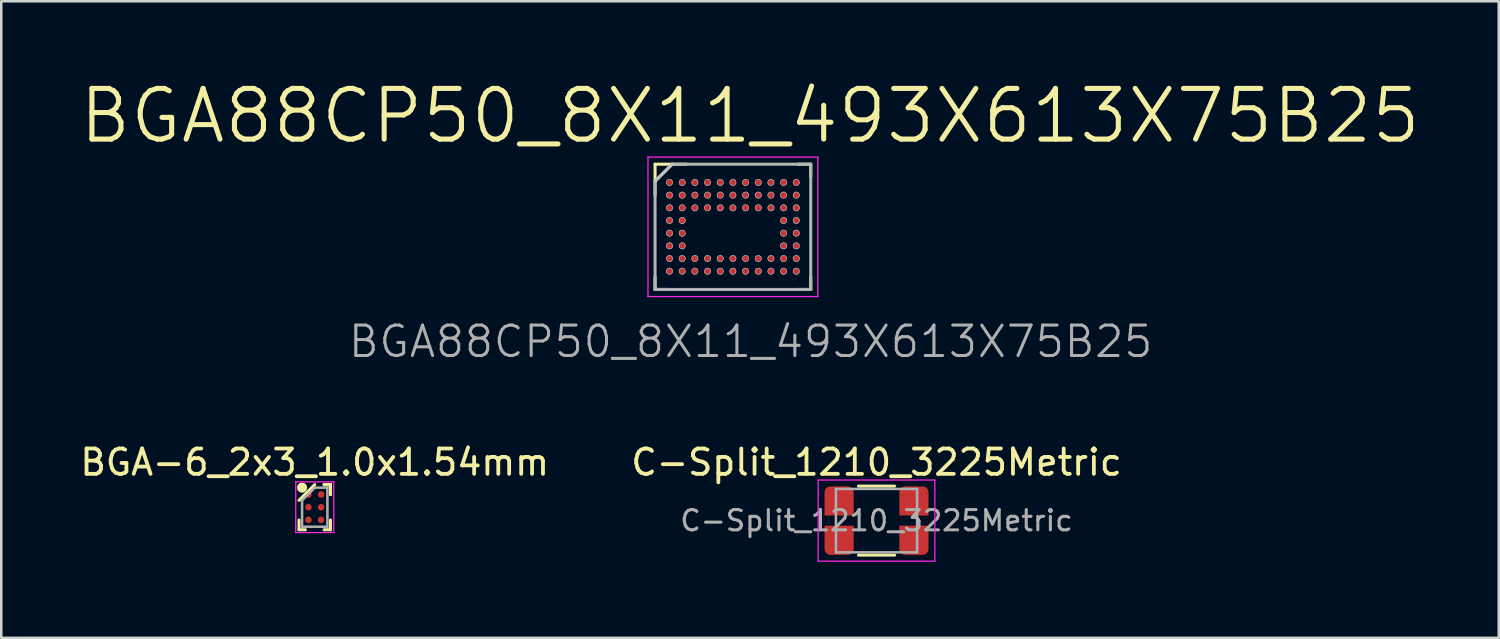
<source format=kicad_pcb>
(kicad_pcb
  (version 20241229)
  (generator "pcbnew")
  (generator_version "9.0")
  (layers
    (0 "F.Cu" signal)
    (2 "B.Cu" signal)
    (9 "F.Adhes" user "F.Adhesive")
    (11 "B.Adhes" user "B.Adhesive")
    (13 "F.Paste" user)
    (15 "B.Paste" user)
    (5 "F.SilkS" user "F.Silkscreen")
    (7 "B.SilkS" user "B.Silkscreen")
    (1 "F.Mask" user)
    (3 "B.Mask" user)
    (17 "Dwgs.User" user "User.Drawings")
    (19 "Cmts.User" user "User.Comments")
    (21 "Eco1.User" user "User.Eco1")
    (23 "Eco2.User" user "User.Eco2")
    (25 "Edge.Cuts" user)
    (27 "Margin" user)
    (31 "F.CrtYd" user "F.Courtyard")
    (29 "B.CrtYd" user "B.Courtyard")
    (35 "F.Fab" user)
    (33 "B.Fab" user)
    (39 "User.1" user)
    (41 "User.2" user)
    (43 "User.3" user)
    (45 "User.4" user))
  (footprint "BGA88CP50_8X11_493X613X75B25"
    (layer "F.Cu")
    (at 25.854 5.896)
    (property "Reference" "BGA88CP50_8X11_493X613X75B25" (at 0.7 4.525 0) (layer "F.Fab") (effects (font (size 1.2 1.2) (thickness 0.12))))
    (attr smd)
    (fp_line (start -3.07 -2.47) (end -1.835 -2.47) (stroke (width 0.12) (type solid)) (layer "F.SilkS"))
    (fp_line (start -3.07 -1.235) (end -3.07 -2.47) (stroke (width 0.12) (type solid)) (layer "F.SilkS"))
    (fp_line (start -3.07 1.97) (end -3.07 2.47) (stroke (width 0.12) (type solid)) (layer "F.SilkS"))
    (fp_line (start -3.07 2.47) (end -2.57 2.47) (stroke (width 0.12) (type solid)) (layer "F.SilkS"))
    (fp_line (start 3.07 -2.47) (end 2.57 -2.47) (stroke (width 0.12) (type solid)) (layer "F.SilkS"))
    (fp_line (start 3.07 -1.97) (end 3.07 -2.47) (stroke (width 0.12) (type solid)) (layer "F.SilkS"))
    (fp_line (start 3.07 1.97) (end 3.07 2.47) (stroke (width 0.12) (type solid)) (layer "F.SilkS"))
    (fp_line (start 3.07 2.47) (end 2.57 2.47) (stroke (width 0.12) (type solid)) (layer "F.SilkS"))
    (fp_line (start -3.065 2.465) (end -3.065 -1.8) (stroke (width 0.025) (type solid)) (layer "Dwgs.User"))
    (fp_line (start -2.4 -2.465) (end -3.065 -1.8) (stroke (width 0.12) (type solid)) (layer "Dwgs.User"))
    (fp_line (start -2.4 -2.465) (end 3.065 -2.465) (stroke (width 0.025) (type solid)) (layer "Dwgs.User"))
    (fp_line (start 3.065 -2.465) (end 3.065 2.465) (stroke (width 0.025) (type solid)) (layer "Dwgs.User"))
    (fp_line (start 3.065 2.465) (end -3.065 2.465) (stroke (width 0.025) (type solid)) (layer "Dwgs.User"))
    (fp_circle (center -2.5 -1.75) (end -2.5 -1.625) (stroke (width 0.025) (type solid)) (fill no) (layer "Dwgs.User"))
    (fp_circle (center -2.5 -1.25) (end -2.5 -1.125) (stroke (width 0.025) (type solid)) (fill no) (layer "Dwgs.User"))
    (fp_circle (center -2.5 -0.75) (end -2.5 -0.625) (stroke (width 0.025) (type solid)) (fill no) (layer "Dwgs.User"))
    (fp_circle (center -2.5 -0.25) (end -2.5 -0.125) (stroke (width 0.025) (type solid)) (fill no) (layer "Dwgs.User"))
    (fp_circle (center -2.5 0.25) (end -2.5 0.375) (stroke (width 0.025) (type solid)) (fill no) (layer "Dwgs.User"))
    (fp_circle (center -2.5 0.75) (end -2.5 0.875) (stroke (width 0.025) (type solid)) (fill no) (layer "Dwgs.User"))
    (fp_circle (center -2.5 1.25) (end -2.5 1.375) (stroke (width 0.025) (type solid)) (fill no) (layer "Dwgs.User"))
    (fp_circle (center -2.5 1.75) (end -2.5 1.875) (stroke (width 0.025) (type solid)) (fill no) (layer "Dwgs.User"))
    (fp_circle (center -2 -1.75) (end -2 -1.625) (stroke (width 0.025) (type solid)) (fill no) (layer "Dwgs.User"))
    (fp_circle (center -2 -1.25) (end -2 -1.125) (stroke (width 0.025) (type solid)) (fill no) (layer "Dwgs.User"))
    (fp_circle (center -2 -0.75) (end -2 -0.625) (stroke (width 0.025) (type solid)) (fill no) (layer "Dwgs.User"))
    (fp_circle (center -2 -0.25) (end -2 -0.125) (stroke (width 0.025) (type solid)) (fill no) (layer "Dwgs.User"))
    (fp_circle (center -2 0.25) (end -2 0.375) (stroke (width 0.025) (type solid)) (fill no) (layer "Dwgs.User"))
    (fp_circle (center -2 0.75) (end -2 0.875) (stroke (width 0.025) (type solid)) (fill no) (layer "Dwgs.User"))
    (fp_circle (center -2 1.25) (end -2 1.375) (stroke (width 0.025) (type solid)) (fill no) (layer "Dwgs.User"))
    (fp_circle (center -2 1.75) (end -2 1.875) (stroke (width 0.025) (type solid)) (fill no) (layer "Dwgs.User"))
    (fp_circle (center -1.5 -1.75) (end -1.5 -1.625) (stroke (width 0.025) (type solid)) (fill no) (layer "Dwgs.User"))
    (fp_circle (center -1.5 -1.25) (end -1.5 -1.125) (stroke (width 0.025) (type solid)) (fill no) (layer "Dwgs.User"))
    (fp_circle (center -1.5 -0.75) (end -1.5 -0.625) (stroke (width 0.025) (type solid)) (fill no) (layer "Dwgs.User"))
    (fp_circle (center -1.5 1.25) (end -1.5 1.375) (stroke (width 0.025) (type solid)) (fill no) (layer "Dwgs.User"))
    (fp_circle (center -1.5 1.75) (end -1.5 1.875) (stroke (width 0.025) (type solid)) (fill no) (layer "Dwgs.User"))
    (fp_circle (center -1 -1.75) (end -1 -1.625) (stroke (width 0.025) (type solid)) (fill no) (layer "Dwgs.User"))
    (fp_circle (center -1 -1.25) (end -1 -1.125) (stroke (width 0.025) (type solid)) (fill no) (layer "Dwgs.User"))
    (fp_circle (center -1 -0.75) (end -1 -0.625) (stroke (width 0.025) (type solid)) (fill no) (layer "Dwgs.User"))
    (fp_circle (center -1 1.25) (end -1 1.375) (stroke (width 0.025) (type solid)) (fill no) (layer "Dwgs.User"))
    (fp_circle (center -1 1.75) (end -1 1.875) (stroke (width 0.025) (type solid)) (fill no) (layer "Dwgs.User"))
    (fp_circle (center -0.5 -1.75) (end -0.5 -1.625) (stroke (width 0.025) (type solid)) (fill no) (layer "Dwgs.User"))
    (fp_circle (center -0.5 -1.25) (end -0.5 -1.125) (stroke (width 0.025) (type solid)) (fill no) (layer "Dwgs.User"))
    (fp_circle (center -0.5 -0.75) (end -0.5 -0.625) (stroke (width 0.025) (type solid)) (fill no) (layer "Dwgs.User"))
    (fp_circle (center -0.5 1.25) (end -0.5 1.375) (stroke (width 0.025) (type solid)) (fill no) (layer "Dwgs.User"))
    (fp_circle (center -0.5 1.75) (end -0.5 1.875) (stroke (width 0.025) (type solid)) (fill no) (layer "Dwgs.User"))
    (fp_circle (center 0 -1.75) (end 0 -1.625) (stroke (width 0.025) (type solid)) (fill no) (layer "Dwgs.User"))
    (fp_circle (center 0 -1.25) (end 0 -1.125) (stroke (width 0.025) (type solid)) (fill no) (layer "Dwgs.User"))
    (fp_circle (center 0 -0.75) (end 0 -0.625) (stroke (width 0.025) (type solid)) (fill no) (layer "Dwgs.User"))
    (fp_circle (center 0 1.25) (end 0 1.375) (stroke (width 0.025) (type solid)) (fill no) (layer "Dwgs.User"))
    (fp_circle (center 0 1.75) (end 0 1.875) (stroke (width 0.025) (type solid)) (fill no) (layer "Dwgs.User"))
    (fp_circle (center 0.5 -1.75) (end 0.5 -1.625) (stroke (width 0.025) (type solid)) (fill no) (layer "Dwgs.User"))
    (fp_circle (center 0.5 -1.25) (end 0.5 -1.125) (stroke (width 0.025) (type solid)) (fill no) (layer "Dwgs.User"))
    (fp_circle (center 0.5 -0.75) (end 0.5 -0.625) (stroke (width 0.025) (type solid)) (fill no) (layer "Dwgs.User"))
    (fp_circle (center 0.5 1.25) (end 0.5 1.375) (stroke (width 0.025) (type solid)) (fill no) (layer "Dwgs.User"))
    (fp_circle (center 0.5 1.75) (end 0.5 1.875) (stroke (width 0.025) (type solid)) (fill no) (layer "Dwgs.User"))
    (fp_circle (center 1 -1.75) (end 1 -1.625) (stroke (width 0.025) (type solid)) (fill no) (layer "Dwgs.User"))
    (fp_circle (center 1 -1.25) (end 1 -1.125) (stroke (width 0.025) (type solid)) (fill no) (layer "Dwgs.User"))
    (fp_circle (center 1 -0.75) (end 1 -0.625) (stroke (width 0.025) (type solid)) (fill no) (layer "Dwgs.User"))
    (fp_circle (center 1 1.25) (end 1 1.375) (stroke (width 0.025) (type solid)) (fill no) (layer "Dwgs.User"))
    (fp_circle (center 1 1.75) (end 1 1.875) (stroke (width 0.025) (type solid)) (fill no) (layer "Dwgs.User"))
    (fp_circle (center 1.5 -1.75) (end 1.5 -1.625) (stroke (width 0.025) (type solid)) (fill no) (layer "Dwgs.User"))
    (fp_circle (center 1.5 -1.25) (end 1.5 -1.125) (stroke (width 0.025) (type solid)) (fill no) (layer "Dwgs.User"))
    (fp_circle (center 1.5 -0.75) (end 1.5 -0.625) (stroke (width 0.025) (type solid)) (fill no) (layer "Dwgs.User"))
    (fp_circle (center 1.5 1.25) (end 1.5 1.375) (stroke (width 0.025) (type solid)) (fill no) (layer "Dwgs.User"))
    (fp_circle (center 1.5 1.75) (end 1.5 1.875) (stroke (width 0.025) (type solid)) (fill no) (layer "Dwgs.User"))
    (fp_circle (center 2 -1.75) (end 2 -1.625) (stroke (width 0.025) (type solid)) (fill no) (layer "Dwgs.User"))
    (fp_circle (center 2 -1.25) (end 2 -1.125) (stroke (width 0.025) (type solid)) (fill no) (layer "Dwgs.User"))
    (fp_circle (center 2 -0.75) (end 2 -0.625) (stroke (width 0.025) (type solid)) (fill no) (layer "Dwgs.User"))
    (fp_circle (center 2 -0.25) (end 2 -0.125) (stroke (width 0.025) (type solid)) (fill no) (layer "Dwgs.User"))
    (fp_circle (center 2 0.25) (end 2 0.375) (stroke (width 0.025) (type solid)) (fill no) (layer "Dwgs.User"))
    (fp_circle (center 2 0.75) (end 2 0.875) (stroke (width 0.025) (type solid)) (fill no) (layer "Dwgs.User"))
    (fp_circle (center 2 1.25) (end 2 1.375) (stroke (width 0.025) (type solid)) (fill no) (layer "Dwgs.User"))
    (fp_circle (center 2 1.75) (end 2 1.875) (stroke (width 0.025) (type solid)) (fill no) (layer "Dwgs.User"))
    (fp_circle (center 2.5 -1.75) (end 2.5 -1.625) (stroke (width 0.025) (type solid)) (fill no) (layer "Dwgs.User"))
    (fp_circle (center 2.5 -1.25) (end 2.5 -1.125) (stroke (width 0.025) (type solid)) (fill no) (layer "Dwgs.User"))
    (fp_circle (center 2.5 -0.75) (end 2.5 -0.625) (stroke (width 0.025) (type solid)) (fill no) (layer "Dwgs.User"))
    (fp_circle (center 2.5 -0.25) (end 2.5 -0.125) (stroke (width 0.025) (type solid)) (fill no) (layer "Dwgs.User"))
    (fp_circle (center 2.5 0.25) (end 2.5 0.375) (stroke (width 0.025) (type solid)) (fill no) (layer "Dwgs.User"))
    (fp_circle (center 2.5 0.75) (end 2.5 0.875) (stroke (width 0.025) (type solid)) (fill no) (layer "Dwgs.User"))
    (fp_circle (center 2.5 1.25) (end 2.5 1.375) (stroke (width 0.025) (type solid)) (fill no) (layer "Dwgs.User"))
    (fp_circle (center 2.5 1.75) (end 2.5 1.875) (stroke (width 0.025) (type solid)) (fill no) (layer "Dwgs.User"))
    (fp_line (start -3.35 -2.75) (end 3.35 -2.75) (stroke (width 0.05) (type solid)) (layer "F.CrtYd"))
    (fp_line (start -3.35 2.75) (end -3.35 -2.75) (stroke (width 0.05) (type solid)) (layer "F.CrtYd"))
    (fp_line (start 3.35 -2.75) (end 3.35 2.75) (stroke (width 0.05) (type solid)) (layer "F.CrtYd"))
    (fp_line (start 3.35 2.75) (end -3.35 2.75) (stroke (width 0.05) (type solid)) (layer "F.CrtYd"))
    (fp_line (start -3.07 2.47) (end -3.07 -1.8) (stroke (width 0.12) (type solid)) (layer "F.Fab"))
    (fp_line (start -2.4 -2.47) (end -3.07 -1.8) (stroke (width 0.12) (type solid)) (layer "F.Fab"))
    (fp_line (start -2.4 -2.47) (end 3.07 -2.47) (stroke (width 0.12) (type solid)) (layer "F.Fab"))
    (fp_line (start 3.07 -2.47) (end 3.07 2.47) (stroke (width 0.12) (type solid)) (layer "F.Fab"))
    (fp_line (start 3.07 2.47) (end -3.07 2.47) (stroke (width 0.12) (type solid)) (layer "F.Fab"))
    (fp_line (start 0 -0.175) (end 0 0.525) (stroke (width 0.05) (type solid)) (layer "User.1"))
    (fp_line (start 0.35 0.175) (end -0.35 0.175) (stroke (width 0.05) (type solid)) (layer "User.1"))
    (fp_circle (center 0 0.175) (end 0.25 0.175) (stroke (width 0.05) (type solid)) (fill no) (layer "User.1"))
    (fp_text user "${REFERENCE}" (at 0.675 -4.375 0) (layer "F.SilkS") (effects (font (size 2 2) (thickness 0.2))))
    (pad "A1" smd circle (at -2.5 -1.75) (size 0.25 0.25) (layers "F.Cu" "F.Mask" "F.Paste"))
    (pad "A2" smd circle (at -2 -1.75) (size 0.25 0.25) (layers "F.Cu" "F.Mask" "F.Paste"))
    (pad "A3" smd circle (at -1.5 -1.75) (size 0.25 0.25) (layers "F.Cu" "F.Mask" "F.Paste"))
    (pad "A4" smd circle (at -1 -1.75) (size 0.25 0.25) (layers "F.Cu" "F.Mask" "F.Paste"))
    (pad "A5" smd circle (at -0.5 -1.75) (size 0.25 0.25) (layers "F.Cu" "F.Mask" "F.Paste"))
    (pad "A6" smd circle (at 0 -1.75) (size 0.25 0.25) (layers "F.Cu" "F.Mask" "F.Paste"))
    (pad "A7" smd circle (at 0.5 -1.75) (size 0.25 0.25) (layers "F.Cu" "F.Mask" "F.Paste"))
    (pad "A8" smd circle (at 1 -1.75) (size 0.25 0.25) (layers "F.Cu" "F.Mask" "F.Paste"))
    (pad "A9" smd circle (at 1.5 -1.75) (size 0.25 0.25) (layers "F.Cu" "F.Mask" "F.Paste"))
    (pad "A10" smd circle (at 2 -1.75) (size 0.25 0.25) (layers "F.Cu" "F.Mask" "F.Paste"))
    (pad "A11" smd circle (at 2.5 -1.75) (size 0.25 0.25) (layers "F.Cu" "F.Mask" "F.Paste"))
    (pad "B1" smd circle (at -2.5 -1.25) (size 0.25 0.25) (layers "F.Cu" "F.Mask" "F.Paste"))
    (pad "B2" smd circle (at -2 -1.25) (size 0.25 0.25) (layers "F.Cu" "F.Mask" "F.Paste"))
    (pad "B3" smd circle (at -1.5 -1.25) (size 0.25 0.25) (layers "F.Cu" "F.Mask" "F.Paste"))
    (pad "B4" smd circle (at -1 -1.25) (size 0.25 0.25) (layers "F.Cu" "F.Mask" "F.Paste"))
    (pad "B5" smd circle (at -0.5 -1.25) (size 0.25 0.25) (layers "F.Cu" "F.Mask" "F.Paste"))
    (pad "B6" smd circle (at 0 -1.25) (size 0.25 0.25) (layers "F.Cu" "F.Mask" "F.Paste"))
    (pad "B7" smd circle (at 0.5 -1.25) (size 0.25 0.25) (layers "F.Cu" "F.Mask" "F.Paste"))
    (pad "B8" smd circle (at 1 -1.25) (size 0.25 0.25) (layers "F.Cu" "F.Mask" "F.Paste"))
    (pad "B9" smd circle (at 1.5 -1.25) (size 0.25 0.25) (layers "F.Cu" "F.Mask" "F.Paste"))
    (pad "B10" smd circle (at 2 -1.25) (size 0.25 0.25) (layers "F.Cu" "F.Mask" "F.Paste"))
    (pad "B11" smd circle (at 2.5 -1.25) (size 0.25 0.25) (layers "F.Cu" "F.Mask" "F.Paste"))
    (pad "C1" smd circle (at -2.5 -0.75) (size 0.25 0.25) (layers "F.Cu" "F.Mask" "F.Paste"))
    (pad "C2" smd circle (at -2 -0.75) (size 0.25 0.25) (layers "F.Cu" "F.Mask" "F.Paste"))
    (pad "C3" smd circle (at -1.5 -0.75) (size 0.25 0.25) (layers "F.Cu" "F.Mask" "F.Paste"))
    (pad "C4" smd circle (at -1 -0.75) (size 0.25 0.25) (layers "F.Cu" "F.Mask" "F.Paste"))
    (pad "C5" smd circle (at -0.5 -0.75) (size 0.25 0.25) (layers "F.Cu" "F.Mask" "F.Paste"))
    (pad "C6" smd circle (at 0 -0.75) (size 0.25 0.25) (layers "F.Cu" "F.Mask" "F.Paste"))
    (pad "C7" smd circle (at 0.5 -0.75) (size 0.25 0.25) (layers "F.Cu" "F.Mask" "F.Paste"))
    (pad "C8" smd circle (at 1 -0.75) (size 0.25 0.25) (layers "F.Cu" "F.Mask" "F.Paste"))
    (pad "C9" smd circle (at 1.5 -0.75) (size 0.25 0.25) (layers "F.Cu" "F.Mask" "F.Paste"))
    (pad "C10" smd circle (at 2 -0.75) (size 0.25 0.25) (layers "F.Cu" "F.Mask" "F.Paste"))
    (pad "C11" smd circle (at 2.5 -0.75) (size 0.25 0.25) (layers "F.Cu" "F.Mask" "F.Paste"))
    (pad "D1" smd circle (at -2.5 -0.25) (size 0.25 0.25) (layers "F.Cu" "F.Mask" "F.Paste"))
    (pad "D2" smd circle (at -2 -0.25) (size 0.25 0.25) (layers "F.Cu" "F.Mask" "F.Paste"))
    (pad "D10" smd circle (at 2 -0.25) (size 0.25 0.25) (layers "F.Cu" "F.Mask" "F.Paste"))
    (pad "D11" smd circle (at 2.5 -0.25) (size 0.25 0.25) (layers "F.Cu" "F.Mask" "F.Paste"))
    (pad "E1" smd circle (at -2.5 0.25) (size 0.25 0.25) (layers "F.Cu" "F.Mask" "F.Paste"))
    (pad "E2" smd circle (at -2 0.25) (size 0.25 0.25) (layers "F.Cu" "F.Mask" "F.Paste"))
    (pad "E10" smd circle (at 2 0.25) (size 0.25 0.25) (layers "F.Cu" "F.Mask" "F.Paste"))
    (pad "E11" smd circle (at 2.5 0.25) (size 0.25 0.25) (layers "F.Cu" "F.Mask" "F.Paste"))
    (pad "F1" smd circle (at -2.5 0.75) (size 0.25 0.25) (layers "F.Cu" "F.Mask" "F.Paste"))
    (pad "F2" smd circle (at -2 0.75) (size 0.25 0.25) (layers "F.Cu" "F.Mask" "F.Paste"))
    (pad "F10" smd circle (at 2 0.75) (size 0.25 0.25) (layers "F.Cu" "F.Mask" "F.Paste"))
    (pad "F11" smd circle (at 2.5 0.75) (size 0.25 0.25) (layers "F.Cu" "F.Mask" "F.Paste"))
    (pad "G1" smd circle (at -2.5 1.25) (size 0.25 0.25) (layers "F.Cu" "F.Mask" "F.Paste"))
    (pad "G2" smd circle (at -2 1.25) (size 0.25 0.25) (layers "F.Cu" "F.Mask" "F.Paste"))
    (pad "G3" smd circle (at -1.5 1.25) (size 0.25 0.25) (layers "F.Cu" "F.Mask" "F.Paste"))
    (pad "G4" smd circle (at -1 1.25) (size 0.25 0.25) (layers "F.Cu" "F.Mask" "F.Paste"))
    (pad "G5" smd circle (at -0.5 1.25) (size 0.25 0.25) (layers "F.Cu" "F.Mask" "F.Paste"))
    (pad "G6" smd circle (at 0 1.25) (size 0.25 0.25) (layers "F.Cu" "F.Mask" "F.Paste"))
    (pad "G7" smd circle (at 0.5 1.25) (size 0.25 0.25) (layers "F.Cu" "F.Mask" "F.Paste"))
    (pad "G8" smd circle (at 1 1.25) (size 0.25 0.25) (layers "F.Cu" "F.Mask" "F.Paste"))
    (pad "G9" smd circle (at 1.5 1.25) (size 0.25 0.25) (layers "F.Cu" "F.Mask" "F.Paste"))
    (pad "G10" smd circle (at 2 1.25) (size 0.25 0.25) (layers "F.Cu" "F.Mask" "F.Paste"))
    (pad "G11" smd circle (at 2.5 1.25) (size 0.25 0.25) (layers "F.Cu" "F.Mask" "F.Paste"))
    (pad "H1" smd circle (at -2.5 1.75) (size 0.25 0.25) (layers "F.Cu" "F.Mask" "F.Paste"))
    (pad "H2" smd circle (at -2 1.75) (size 0.25 0.25) (layers "F.Cu" "F.Mask" "F.Paste"))
    (pad "H3" smd circle (at -1.5 1.75) (size 0.25 0.25) (layers "F.Cu" "F.Mask" "F.Paste"))
    (pad "H4" smd circle (at -1 1.75) (size 0.25 0.25) (layers "F.Cu" "F.Mask" "F.Paste"))
    (pad "H5" smd circle (at -0.5 1.75) (size 0.25 0.25) (layers "F.Cu" "F.Mask" "F.Paste"))
    (pad "H6" smd circle (at 0 1.75) (size 0.25 0.25) (layers "F.Cu" "F.Mask" "F.Paste"))
    (pad "H7" smd circle (at 0.5 1.75) (size 0.25 0.25) (layers "F.Cu" "F.Mask" "F.Paste"))
    (pad "H8" smd circle (at 1 1.75) (size 0.25 0.25) (layers "F.Cu" "F.Mask" "F.Paste"))
    (pad "H9" smd circle (at 1.5 1.75) (size 0.25 0.25) (layers "F.Cu" "F.Mask" "F.Paste"))
    (pad "H10" smd circle (at 2 1.75) (size 0.25 0.25) (layers "F.Cu" "F.Mask" "F.Paste"))
    (pad "H11" smd circle (at 2.5 1.75) (size 0.25 0.25) (layers "F.Cu" "F.Mask" "F.Paste")))
  (footprint "C-Split_1210_3225Metric"
    (layer "F.Cu")
    (at 31.518 17.482)
    (property "Reference" "C-Split_1210_3225Metric" (at 0 -2.3 0) (layer "F.SilkS") (effects (font (size 1 1) (thickness 0.15))))
    (attr smd)
    (fp_line (start -0.711 -1.36) (end 0.711 -1.36) (stroke (width 0.12) (type solid)) (layer "F.SilkS"))
    (fp_line (start -0.711 1.36) (end 0.711 1.36) (stroke (width 0.12) (type solid)) (layer "F.SilkS"))
    (fp_line (start -2.3 -1.6) (end 2.3 -1.6) (stroke (width 0.05) (type solid)) (layer "F.CrtYd"))
    (fp_line (start -2.3 1.6) (end -2.3 -1.6) (stroke (width 0.05) (type solid)) (layer "F.CrtYd"))
    (fp_line (start 2.3 -1.6) (end 2.3 1.6) (stroke (width 0.05) (type solid)) (layer "F.CrtYd"))
    (fp_line (start 2.3 1.6) (end -2.3 1.6) (stroke (width 0.05) (type solid)) (layer "F.CrtYd"))
    (fp_line (start -1.6 -1.25) (end 1.6 -1.25) (stroke (width 0.1) (type solid)) (layer "F.Fab"))
    (fp_line (start -1.6 1.25) (end -1.6 -1.25) (stroke (width 0.1) (type solid)) (layer "F.Fab"))
    (fp_line (start 1.6 -1.25) (end 1.6 1.25) (stroke (width 0.1) (type solid)) (layer "F.Fab"))
    (fp_line (start 1.6 1.25) (end -1.6 1.25) (stroke (width 0.1) (type solid)) (layer "F.Fab"))
    (fp_text user "${REFERENCE}" (at 0 0 0) (layer "F.Fab") (effects (font (size 0.8 0.8) (thickness 0.12))))
    (pad "1" smd roundrect (at -1.475 -0.775) (size 1.15 1.15) (layers "F.Cu" "F.Mask" "F.Paste") (roundrect_rratio 0.2) (chamfer_ratio 0) (chamfer bottom_left bottom_right))
    (pad "1" smd roundrect (at -1.475 0.775 180) (size 1.15 1.15) (layers "F.Cu" "F.Mask" "F.Paste") (roundrect_rratio 0.2) (chamfer_ratio 0) (chamfer bottom_left bottom_right))
    (pad "2" smd roundrect (at 1.475 -0.775) (size 1.15 1.15) (layers "F.Cu" "F.Mask" "F.Paste") (roundrect_rratio 0.2) (chamfer_ratio 0) (chamfer bottom_left bottom_right))
    (pad "2" smd roundrect (at 1.475 0.775 180) (size 1.15 1.15) (layers "F.Cu" "F.Mask" "F.Paste") (roundrect_rratio 0.2) (chamfer_ratio 0) (chamfer bottom_left bottom_right)))
  (footprint "BGA-6_2x3_1.0x1.54mm"
    (layer "F.Cu")
    (at 9.363 16.952)
    (property "Reference" "BGA-6_2x3_1.0x1.54mm" (at 0 -1.77 0) (layer "F.SilkS") (effects (font (size 1 1) (thickness 0.15))))
    (attr through_hole)
    (fp_line (start -0.62 0.89) (end -0.62 0.505) (stroke (width 0.12) (type solid)) (layer "F.SilkS"))
    (fp_line (start -0.37 0.89) (end -0.62 0.89) (stroke (width 0.12) (type solid)) (layer "F.SilkS"))
    (fp_line (start 0 -0.89) (end -0.62 -0.27) (stroke (width 0.12) (type solid)) (layer "F.SilkS"))
    (fp_line (start 0.37 -0.89) (end 0.62 -0.89) (stroke (width 0.12) (type solid)) (layer "F.SilkS"))
    (fp_line (start 0.37 -0.89) (end 0.62 -0.89) (stroke (width 0.12) (type solid)) (layer "F.SilkS"))
    (fp_line (start 0.37 -0.89) (end 0.62 -0.89) (stroke (width 0.12) (type solid)) (layer "F.SilkS"))
    (fp_line (start 0.37 0.89) (end 0.62 0.89) (stroke (width 0.12) (type solid)) (layer "F.SilkS"))
    (fp_line (start 0.62 -0.89) (end 0.62 -0.505) (stroke (width 0.12) (type solid)) (layer "F.SilkS"))
    (fp_line (start 0.62 -0.89) (end 0.62 -0.505) (stroke (width 0.12) (type solid)) (layer "F.SilkS"))
    (fp_line (start 0.62 -0.89) (end 0.62 -0.505) (stroke (width 0.12) (type solid)) (layer "F.SilkS"))
    (fp_line (start 0.62 0.89) (end 0.62 0.505) (stroke (width 0.12) (type solid)) (layer "F.SilkS"))
    (fp_circle (center -0.5 -0.77) (end -0.5 -0.67) (stroke (width 0.2) (type solid)) (fill no) (layer "F.SilkS"))
    (fp_line (start -0.75 -1) (end 0.75 -1) (stroke (width 0.05) (type solid)) (layer "F.CrtYd"))
    (fp_line (start -0.75 1) (end -0.75 -1) (stroke (width 0.05) (type solid)) (layer "F.CrtYd"))
    (fp_line (start 0.75 -1) (end 0.75 1) (stroke (width 0.05) (type solid)) (layer "F.CrtYd"))
    (fp_line (start 0.75 1) (end -0.75 1) (stroke (width 0.05) (type solid)) (layer "F.CrtYd"))
    (fp_line (start -0.5 -0.27) (end -0.5 0.77) (stroke (width 0.1) (type solid)) (layer "F.Fab"))
    (fp_line (start -0.5 0.77) (end 0.5 0.77) (stroke (width 0.1) (type solid)) (layer "F.Fab"))
    (fp_line (start 0 -0.77) (end -0.5 -0.27) (stroke (width 0.1) (type solid)) (layer "F.Fab"))
    (fp_line (start 0.5 -0.77) (end 0 -0.77) (stroke (width 0.1) (type solid)) (layer "F.Fab"))
    (fp_line (start 0.5 0.77) (end 0.5 -0.77) (stroke (width 0.1) (type solid)) (layer "F.Fab"))
    (pad "A1" smd circle (at -0.25 -0.5) (size 0.26 0.26) (layers "F.Cu" "F.Mask" "F.Paste"))
    (pad "A2" smd circle (at 0.25 -0.5) (size 0.26 0.26) (layers "F.Cu" "F.Mask" "F.Paste"))
    (pad "B1" smd circle (at -0.25 0) (size 0.26 0.26) (layers "F.Cu" "F.Mask" "F.Paste"))
    (pad "B2" smd circle (at 0.25 0) (size 0.26 0.26) (layers "F.Cu" "F.Mask" "F.Paste"))
    (pad "C1" smd circle (at -0.25 0.5) (size 0.26 0.26) (layers "F.Cu" "F.Mask" "F.Paste"))
    (pad "C2" smd circle (at 0.25 0.5) (size 0.26 0.26) (layers "F.Cu" "F.Mask" "F.Paste")))
  (gr_rect
    (start -3 -3)
    (end 56.057 22.107)
    (stroke (width 0.1) (type default))
    (fill no)
    (layer "Edge.Cuts")))
</source>
